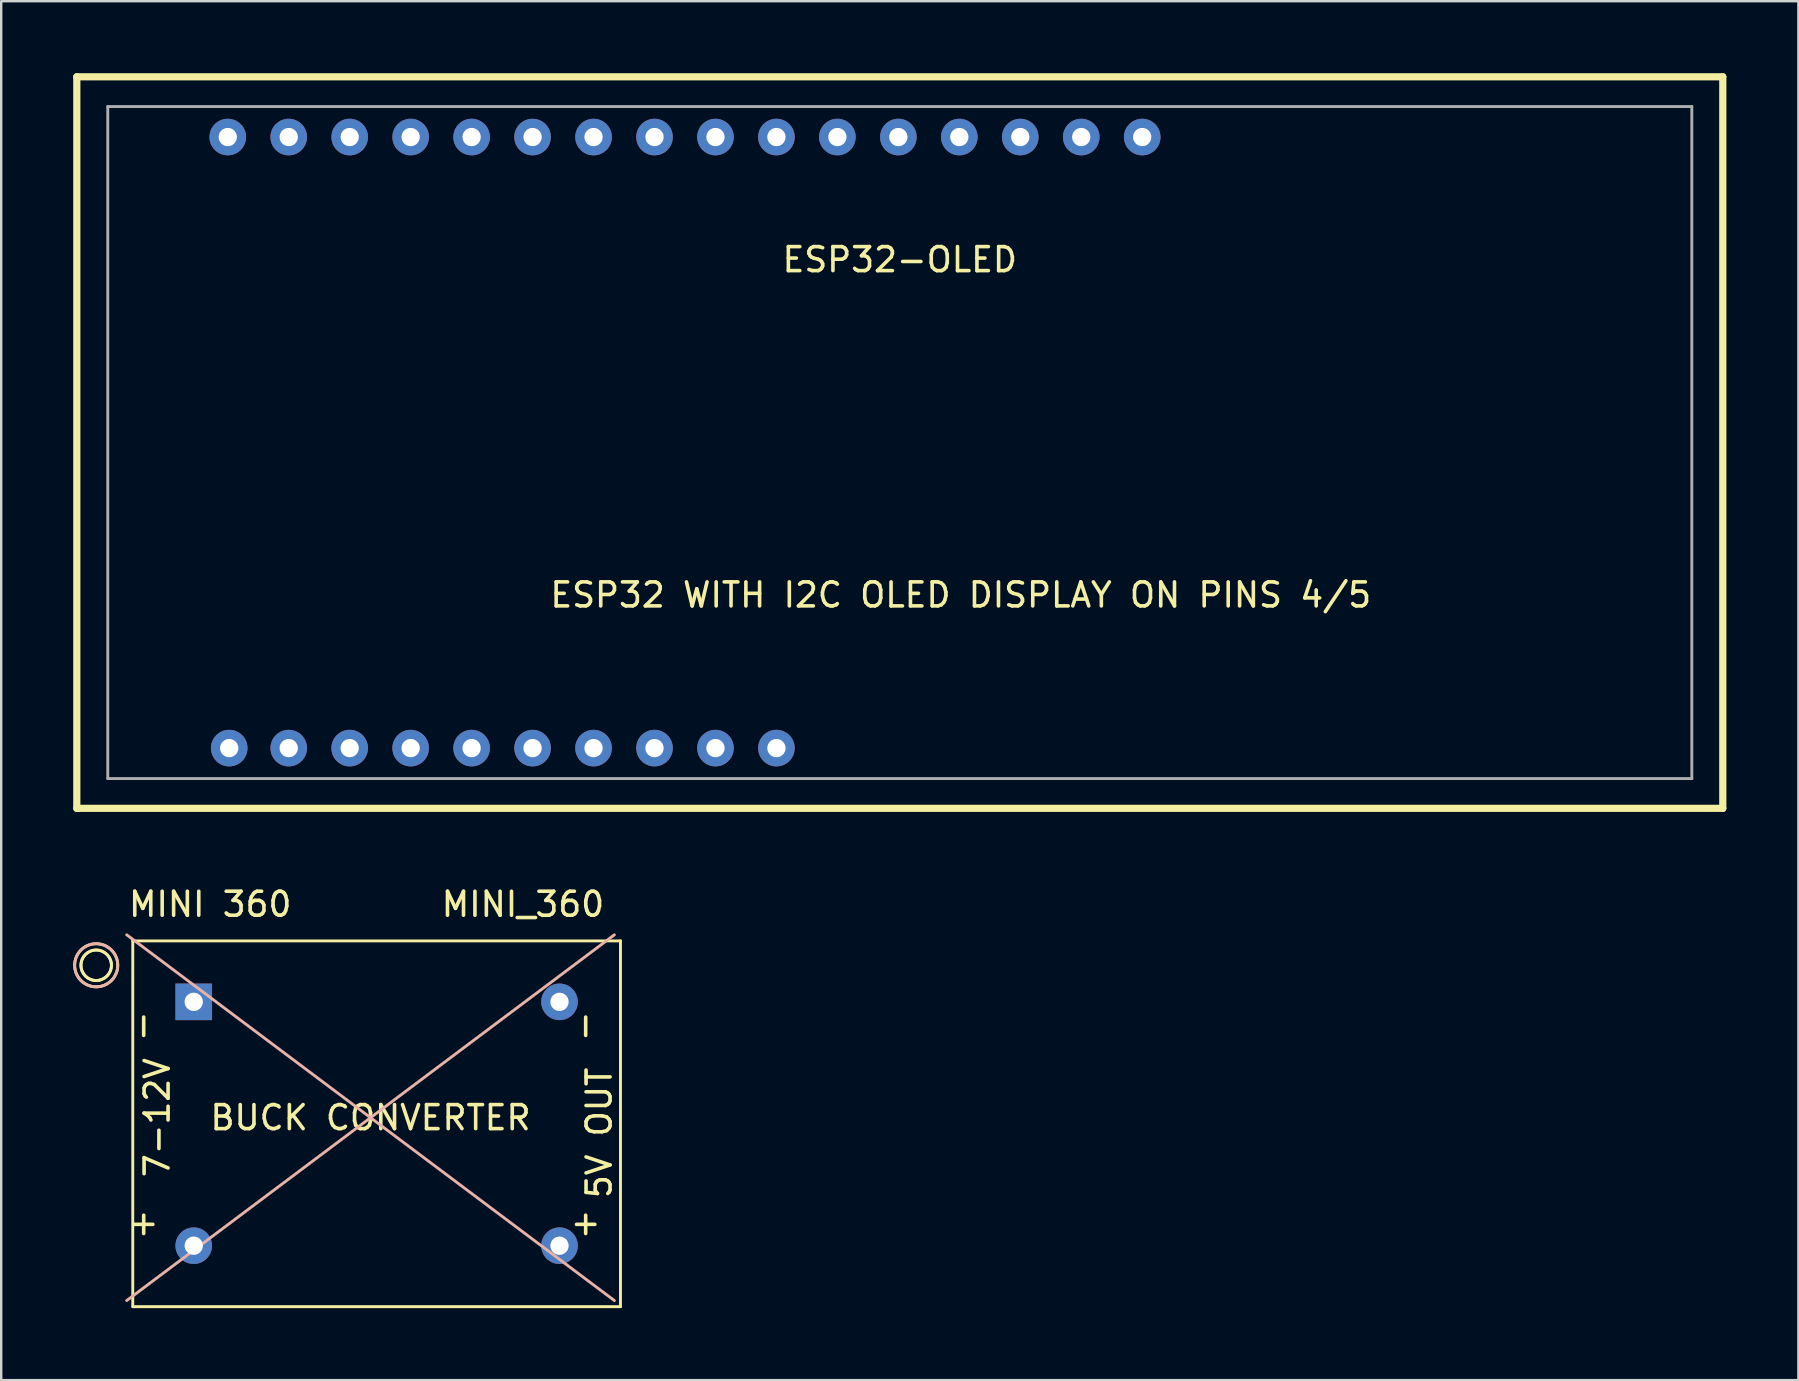
<source format=kicad_pcb>
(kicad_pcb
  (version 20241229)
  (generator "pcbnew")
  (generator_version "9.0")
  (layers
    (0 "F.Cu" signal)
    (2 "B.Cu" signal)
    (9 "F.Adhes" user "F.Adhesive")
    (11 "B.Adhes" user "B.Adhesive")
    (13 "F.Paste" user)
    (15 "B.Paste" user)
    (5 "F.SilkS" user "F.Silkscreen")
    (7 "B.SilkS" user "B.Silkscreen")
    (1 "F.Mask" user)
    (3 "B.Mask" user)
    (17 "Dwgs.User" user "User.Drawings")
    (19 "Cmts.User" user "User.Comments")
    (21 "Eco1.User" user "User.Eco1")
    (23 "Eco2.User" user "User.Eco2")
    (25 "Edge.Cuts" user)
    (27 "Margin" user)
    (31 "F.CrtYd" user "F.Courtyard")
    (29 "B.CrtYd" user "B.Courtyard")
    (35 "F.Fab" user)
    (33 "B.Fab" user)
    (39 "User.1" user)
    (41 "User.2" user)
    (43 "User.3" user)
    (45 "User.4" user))
  (footprint "MINI_360"
    (layer "F.Cu")
    (at 12.388 43.518)
    (property "Reference" "MINI_360" (at 6.35 -8.89 0) (layer "F.SilkS") (effects (font (size 1 1) (thickness 0.15))))
    (attr through_hole)
    (fp_line (start -9.906 -7.366) (end 10.414 -7.366) (stroke (width 0.12) (type solid)) (layer "F.Mask"))
    (fp_line (start -9.906 7.874) (end -9.906 -7.366) (stroke (width 0.12) (type solid)) (layer "F.Mask"))
    (fp_line (start 10.414 -7.366) (end 10.414 7.874) (stroke (width 0.12) (type solid)) (layer "F.Mask"))
    (fp_line (start 10.414 7.874) (end -9.906 7.874) (stroke (width 0.12) (type solid)) (layer "F.Mask"))
    (fp_line (start -9.906 -7.366) (end 10.414 -7.366) (stroke (width 0.12) (type solid)) (layer "F.SilkS"))
    (fp_line (start -9.906 7.874) (end -9.906 -7.366) (stroke (width 0.12) (type solid)) (layer "F.SilkS"))
    (fp_line (start 10.414 -7.366) (end 10.414 7.874) (stroke (width 0.12) (type solid)) (layer "F.SilkS"))
    (fp_line (start 10.414 7.874) (end -9.906 7.874) (stroke (width 0.12) (type solid)) (layer "F.SilkS"))
    (fp_circle (center -11.43 -6.35) (end -11.43 -6.985) (stroke (width 0.12) (type solid)) (fill no) (layer "F.SilkS"))
    (fp_circle (center -11.43 -6.35) (end -11.43 -6.985) (stroke (width 0.12) (type solid)) (fill no) (layer "F.SilkS"))
    (fp_circle (center -11.43 -6.35) (end -10.795 -5.715) (stroke (width 0.12) (type solid)) (fill no) (layer "F.SilkS"))
    (fp_line (start -10.16 -7.62) (end 10.16 7.62) (stroke (width 0.12) (type solid)) (layer "B.SilkS"))
    (fp_line (start 10.16 -7.62) (end -10.16 7.62) (stroke (width 0.12) (type solid)) (layer "B.SilkS"))
    (fp_circle (center -11.43 -6.35) (end -10.532 -6.35) (stroke (width 0.12) (type solid)) (fill no) (layer "B.SilkS"))
    (fp_text user "MINI 360" (at -10.16 -8.89 0) (layer "F.SilkS") (effects (font (size 1 1) (thickness 0.15)) (justify left)))
    (fp_text user "+" (at -9.525 4.445 90) (layer "F.SilkS") (effects (font (size 1 1) (thickness 0.15))))
    (fp_text user "5V OUT" (at 9.525 0.635 90) (layer "F.SilkS") (effects (font (size 1 1) (thickness 0.15))))
    (fp_text user "BUCK CONVERTER" (at 0 0 0) (layer "F.SilkS") (effects (font (size 1 1) (thickness 0.15))))
    (fp_text user "-" (at 8.89 -3.81 90) (layer "F.SilkS") (effects (font (size 1 1) (thickness 0.15))))
    (fp_text user "-" (at -9.525 -3.81 90) (layer "F.SilkS") (effects (font (size 1 1) (thickness 0.15))))
    (fp_text user "7-12V" (at -8.89 0 90) (layer "F.SilkS") (effects (font (size 1 1) (thickness 0.15))))
    (fp_text user "+" (at 8.89 4.445 90) (layer "F.SilkS") (effects (font (size 1 1) (thickness 0.15))))
    (pad "1" thru_hole rect (at -7.366 -4.826) (size 1.524 1.524) (drill 0.762) (layers "*.Cu" "*.Mask"))
    (pad "2" thru_hole circle (at -7.366 5.334) (size 1.524 1.524) (drill 0.762) (layers "*.Cu" "*.Mask"))
    (pad "3" thru_hole circle (at 7.874 5.334) (size 1.524 1.524) (drill 0.762) (layers "*.Cu" "*.Mask"))
    (pad "4" thru_hole circle (at 7.874 -4.826) (size 1.524 1.524) (drill 0.762) (layers "*.Cu" "*.Mask")))
  (footprint "ESP32-OLED"
    (layer "F.Cu")
    (at 34.44 15.39)
    (property "Reference" "ESP32-OLED" (at 0 -7.62 0) (layer "F.SilkS") (effects (font (size 1 1) (thickness 0.15))))
    (attr through_hole)
    (fp_line (start -34.29 -15.24) (end -34.29 -6.35) (stroke (width 0.12) (type solid)) (layer "F.SilkS"))
    (fp_line (start -34.29 -15.24) (end -34.29 15.24) (stroke (width 0.3) (type solid)) (layer "F.SilkS"))
    (fp_line (start -34.29 15.24) (end -34.29 11.43) (stroke (width 0.12) (type solid)) (layer "F.SilkS"))
    (fp_line (start -34.29 15.24) (end 34.29 15.24) (stroke (width 0.3) (type solid)) (layer "F.SilkS"))
    (fp_line (start 34.29 -15.24) (end -34.29 -15.24) (stroke (width 0.3) (type solid)) (layer "F.SilkS"))
    (fp_line (start 34.29 15.24) (end 34.29 -15.24) (stroke (width 0.3) (type solid)) (layer "F.SilkS"))
    (fp_line (start -33 -14) (end -33 14) (stroke (width 0.12) (type solid)) (layer "F.Fab"))
    (fp_line (start -33 -14) (end 33 -14) (stroke (width 0.12) (type solid)) (layer "F.Fab"))
    (fp_line (start -33 14) (end 33 14) (stroke (width 0.12) (type solid)) (layer "F.Fab"))
    (fp_line (start 33 14) (end 33 -14) (stroke (width 0.12) (type solid)) (layer "F.Fab"))
    (fp_text user "ESP32 WITH I2C OLED DISPLAY ON PINS 4/5" (at 2.54 6.35 0) (layer "F.SilkS") (effects (font (size 1 1) (thickness 0.15))))
    (pad "1" thru_hole circle (at -27.94 12.73) (size 1.524 1.524) (drill 0.762) (layers "*.Cu" "*.Mask"))
    (pad "2" thru_hole circle (at -25.46 12.73) (size 1.524 1.524) (drill 0.762) (layers "*.Cu" "*.Mask"))
    (pad "3" thru_hole circle (at -22.92 12.73) (size 1.524 1.524) (drill 0.762) (layers "*.Cu" "*.Mask"))
    (pad "4" thru_hole circle (at -20.38 12.73) (size 1.524 1.524) (drill 0.762) (layers "*.Cu" "*.Mask"))
    (pad "5" thru_hole circle (at -17.84 12.73) (size 1.524 1.524) (drill 0.762) (layers "*.Cu" "*.Mask"))
    (pad "6" thru_hole circle (at -15.3 12.73) (size 1.524 1.524) (drill 0.762) (layers "*.Cu" "*.Mask"))
    (pad "7" thru_hole circle (at -12.76 12.73) (size 1.524 1.524) (drill 0.762) (layers "*.Cu" "*.Mask"))
    (pad "8" thru_hole circle (at -10.22 12.73) (size 1.524 1.524) (drill 0.762) (layers "*.Cu" "*.Mask"))
    (pad "9" thru_hole circle (at -7.68 12.73) (size 1.524 1.524) (drill 0.762) (layers "*.Cu" "*.Mask"))
    (pad "10" thru_hole circle (at -5.14 12.73) (size 1.524 1.524) (drill 0.762) (layers "*.Cu" "*.Mask"))
    (pad "11" thru_hole circle (at 10.1 -12.73) (size 1.524 1.524) (drill 0.762) (layers "*.Cu" "*.Mask"))
    (pad "12" thru_hole circle (at 7.56 -12.73) (size 1.524 1.524) (drill 0.762) (layers "*.Cu" "*.Mask"))
    (pad "13" thru_hole circle (at 5.02 -12.73) (size 1.524 1.524) (drill 0.762) (layers "*.Cu" "*.Mask"))
    (pad "14" thru_hole circle (at 2.48 -12.73) (size 1.524 1.524) (drill 0.762) (layers "*.Cu" "*.Mask"))
    (pad "15" thru_hole circle (at -0.06 -12.73) (size 1.524 1.524) (drill 0.762) (layers "*.Cu" "*.Mask"))
    (pad "16" thru_hole circle (at -2.6 -12.73) (size 1.524 1.524) (drill 0.762) (layers "*.Cu" "*.Mask"))
    (pad "17" thru_hole circle (at -5.14 -12.73) (size 1.524 1.524) (drill 0.762) (layers "*.Cu" "*.Mask"))
    (pad "18" thru_hole circle (at -7.68 -12.73) (size 1.524 1.524) (drill 0.762) (layers "*.Cu" "*.Mask"))
    (pad "19" thru_hole circle (at -10.22 -12.73) (size 1.524 1.524) (drill 0.762) (layers "*.Cu" "*.Mask"))
    (pad "20" thru_hole circle (at -12.76 -12.73) (size 1.524 1.524) (drill 0.762) (layers "*.Cu" "*.Mask"))
    (pad "21" thru_hole circle (at -15.3 -12.73) (size 1.524 1.524) (drill 0.762) (layers "*.Cu" "*.Mask"))
    (pad "22" thru_hole circle (at -17.84 -12.73) (size 1.524 1.524) (drill 0.762) (layers "*.Cu" "*.Mask"))
    (pad "23" thru_hole circle (at -20.38 -12.73) (size 1.524 1.524) (drill 0.762) (layers "*.Cu" "*.Mask"))
    (pad "24" thru_hole circle (at -22.92 -12.73) (size 1.524 1.524) (drill 0.762) (layers "*.Cu" "*.Mask"))
    (pad "25" thru_hole circle (at -25.46 -12.73) (size 1.524 1.524) (drill 0.762) (layers "*.Cu" "*.Mask"))
    (pad "26" thru_hole circle (at -28 -12.73) (size 1.524 1.524) (drill 0.762) (layers "*.Cu" "*.Mask")))
  (gr_rect
    (start -3 -3)
    (end 71.88 54.452)
    (stroke (width 0.1) (type default))
    (fill no)
    (layer "Edge.Cuts")))
</source>
